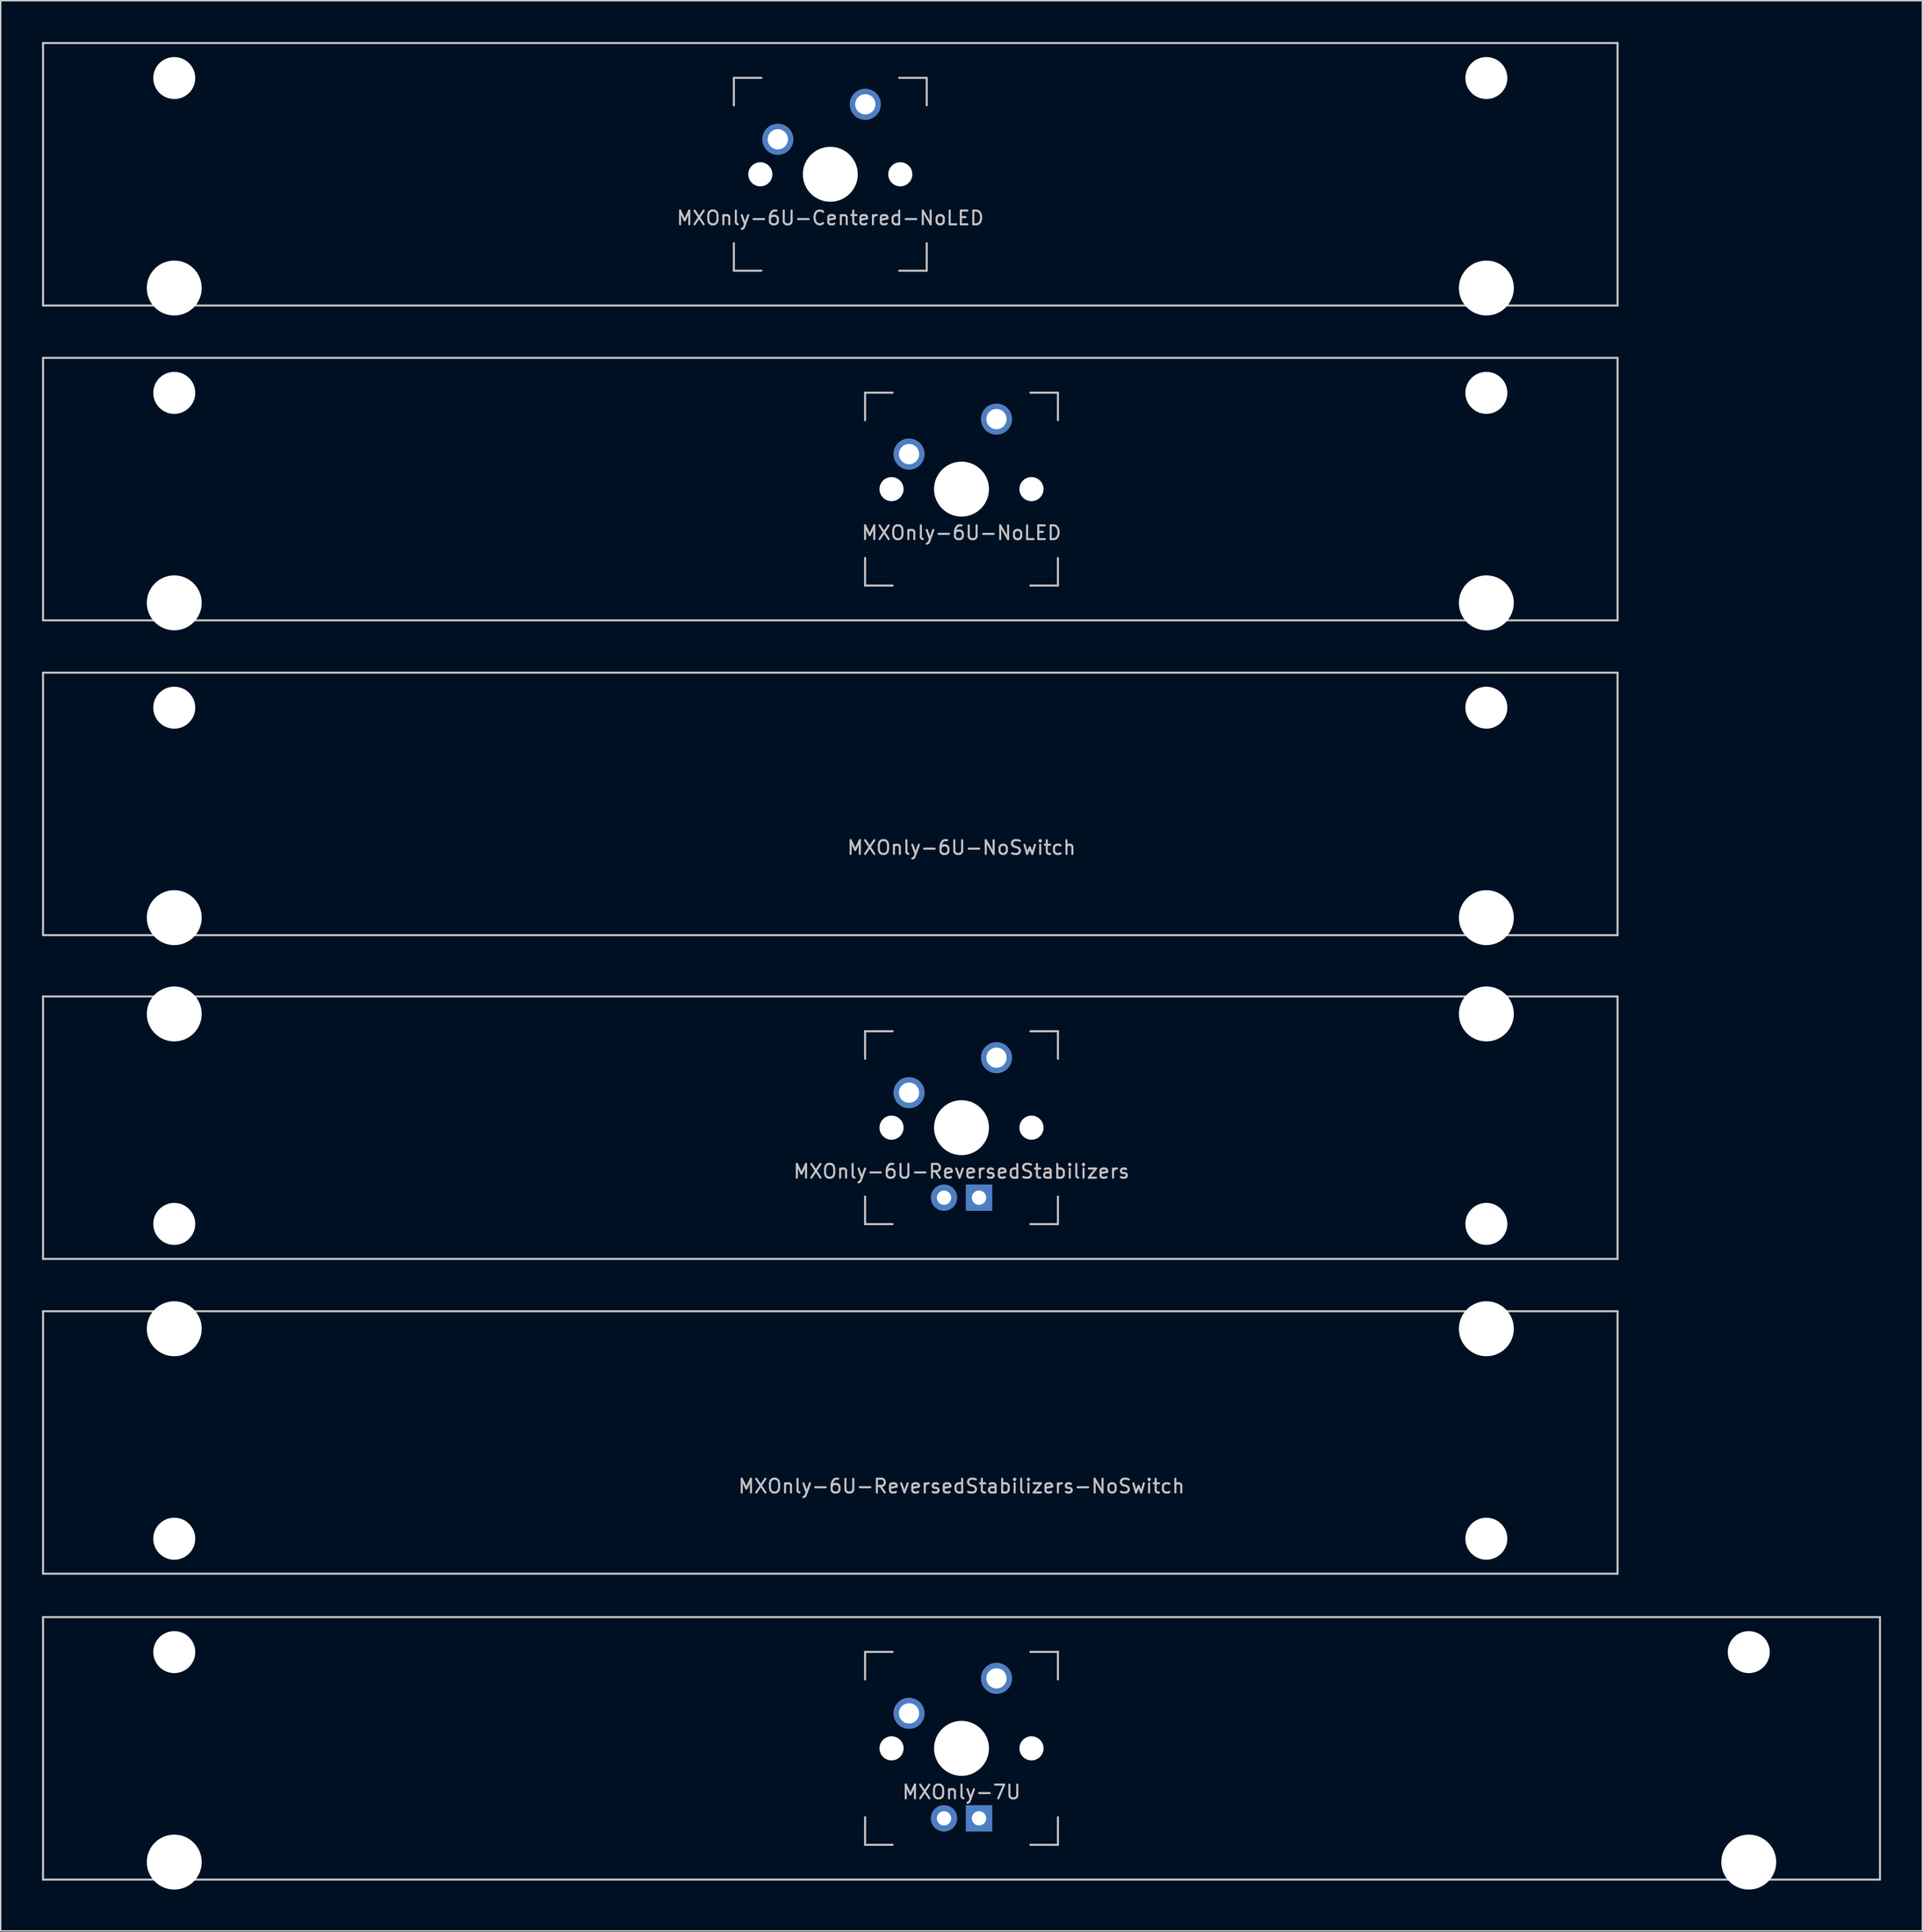
<source format=kicad_pcb>
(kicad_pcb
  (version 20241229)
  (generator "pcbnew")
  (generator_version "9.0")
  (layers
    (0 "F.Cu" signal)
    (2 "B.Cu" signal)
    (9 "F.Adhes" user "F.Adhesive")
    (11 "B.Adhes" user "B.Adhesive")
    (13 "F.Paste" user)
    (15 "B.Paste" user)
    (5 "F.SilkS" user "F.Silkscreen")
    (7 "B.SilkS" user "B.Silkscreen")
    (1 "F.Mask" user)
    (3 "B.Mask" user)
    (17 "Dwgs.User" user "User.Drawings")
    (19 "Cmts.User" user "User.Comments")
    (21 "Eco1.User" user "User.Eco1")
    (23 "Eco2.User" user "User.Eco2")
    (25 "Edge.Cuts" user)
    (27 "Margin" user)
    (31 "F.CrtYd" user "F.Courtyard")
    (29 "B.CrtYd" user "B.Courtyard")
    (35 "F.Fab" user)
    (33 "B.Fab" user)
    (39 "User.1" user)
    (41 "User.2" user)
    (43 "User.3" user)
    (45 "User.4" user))
  (footprint "MXOnly-6U-NoLED"
    (layer "F.Cu")
    (at 57.225 32.449)
    (property "Reference" "MXOnly-6U-NoLED" (at 9.525 3.175 0) (layer "Dwgs.User") (effects (font (size 1 1) (thickness 0.15))))
    (attr through_hole)
    (fp_line (start -57.15 -9.525) (end 57.15 -9.525) (stroke (width 0.15) (type solid)) (layer "Dwgs.User"))
    (fp_line (start -57.15 9.525) (end -57.15 -9.525) (stroke (width 0.15) (type solid)) (layer "Dwgs.User"))
    (fp_line (start -57.15 9.525) (end 57.15 9.525) (stroke (width 0.15) (type solid)) (layer "Dwgs.User"))
    (fp_line (start 2.525 -7) (end 2.525 -5) (stroke (width 0.15) (type solid)) (layer "Dwgs.User"))
    (fp_line (start 2.525 5) (end 2.525 7) (stroke (width 0.15) (type solid)) (layer "Dwgs.User"))
    (fp_line (start 2.525 7) (end 4.525 7) (stroke (width 0.15) (type solid)) (layer "Dwgs.User"))
    (fp_line (start 4.525 -7) (end 2.525 -7) (stroke (width 0.15) (type solid)) (layer "Dwgs.User"))
    (fp_line (start 14.525 -7) (end 16.525 -7) (stroke (width 0.15) (type solid)) (layer "Dwgs.User"))
    (fp_line (start 14.525 7) (end 16.525 7) (stroke (width 0.15) (type solid)) (layer "Dwgs.User"))
    (fp_line (start 16.525 -7) (end 16.525 -5) (stroke (width 0.15) (type solid)) (layer "Dwgs.User"))
    (fp_line (start 16.525 7) (end 16.525 5) (stroke (width 0.15) (type solid)) (layer "Dwgs.User"))
    (fp_line (start 57.15 -9.525) (end 57.15 9.525) (stroke (width 0.15) (type solid)) (layer "Dwgs.User"))
    (pad "" np_thru_hole circle (at -47.625 -6.985) (size 3.048 3.048) (drill 3.048) (layers "*.Cu" "*.Mask"))
    (pad "" np_thru_hole circle (at -47.625 8.255) (size 3.988 3.988) (drill 3.988) (layers "*.Cu" "*.Mask"))
    (pad "" np_thru_hole circle (at 4.445 0 48.1) (size 1.75 1.75) (drill 1.75) (layers "*.Cu" "*.Mask"))
    (pad "" np_thru_hole circle (at 9.525 0) (size 3.988 3.988) (drill 3.988) (layers "*.Cu" "*.Mask"))
    (pad "" np_thru_hole circle (at 14.605 0 48.1) (size 1.75 1.75) (drill 1.75) (layers "*.Cu" "*.Mask"))
    (pad "" np_thru_hole circle (at 47.625 -6.985) (size 3.048 3.048) (drill 3.048) (layers "*.Cu" "*.Mask"))
    (pad "" np_thru_hole circle (at 47.625 8.255) (size 3.988 3.988) (drill 3.988) (layers "*.Cu" "*.Mask"))
    (pad "1" thru_hole circle (at 5.715 -2.54) (size 2.25 2.25) (drill 1.47) (layers "*.Cu" "B.Mask"))
    (pad "2" thru_hole circle (at 12.065 -5.08) (size 2.25 2.25) (drill 1.47) (layers "*.Cu" "B.Mask")))
  (footprint "MXOnly-6U-NoSwitch"
    (layer "F.Cu")
    (at 57.225 55.298)
    (property "Reference" "MXOnly-6U-NoSwitch" (at 9.525 3.175 0) (layer "Dwgs.User") (effects (font (size 1 1) (thickness 0.15))))
    (attr through_hole)
    (fp_line (start -57.15 -9.525) (end 57.15 -9.525) (stroke (width 0.15) (type solid)) (layer "Dwgs.User"))
    (fp_line (start -57.15 9.525) (end -57.15 -9.525) (stroke (width 0.15) (type solid)) (layer "Dwgs.User"))
    (fp_line (start -57.15 9.525) (end 57.15 9.525) (stroke (width 0.15) (type solid)) (layer "Dwgs.User"))
    (fp_line (start 57.15 -9.525) (end 57.15 9.525) (stroke (width 0.15) (type solid)) (layer "Dwgs.User"))
    (pad "" np_thru_hole circle (at -47.625 -6.985) (size 3.048 3.048) (drill 3.048) (layers "*.Cu" "*.Mask"))
    (pad "" np_thru_hole circle (at -47.625 8.255) (size 3.988 3.988) (drill 3.988) (layers "*.Cu" "*.Mask"))
    (pad "" np_thru_hole circle (at 47.625 -6.985) (size 3.048 3.048) (drill 3.048) (layers "*.Cu" "*.Mask"))
    (pad "" np_thru_hole circle (at 47.625 8.255) (size 3.988 3.988) (drill 3.988) (layers "*.Cu" "*.Mask")))
  (footprint "MXOnly-6U-ReversedStabilizers"
    (layer "F.Cu")
    (at 57.225 78.796)
    (property "Reference" "MXOnly-6U-ReversedStabilizers" (at 9.525 3.175 0) (layer "Dwgs.User") (effects (font (size 1 1) (thickness 0.15))))
    (attr through_hole)
    (fp_line (start -57.15 -9.525) (end 57.15 -9.525) (stroke (width 0.15) (type solid)) (layer "Dwgs.User"))
    (fp_line (start -57.15 9.525) (end -57.15 -9.525) (stroke (width 0.15) (type solid)) (layer "Dwgs.User"))
    (fp_line (start -57.15 9.525) (end 57.15 9.525) (stroke (width 0.15) (type solid)) (layer "Dwgs.User"))
    (fp_line (start 2.525 -7) (end 2.525 -5) (stroke (width 0.15) (type solid)) (layer "Dwgs.User"))
    (fp_line (start 2.525 5) (end 2.525 7) (stroke (width 0.15) (type solid)) (layer "Dwgs.User"))
    (fp_line (start 2.525 7) (end 4.525 7) (stroke (width 0.15) (type solid)) (layer "Dwgs.User"))
    (fp_line (start 4.525 -7) (end 2.525 -7) (stroke (width 0.15) (type solid)) (layer "Dwgs.User"))
    (fp_line (start 14.525 -7) (end 16.525 -7) (stroke (width 0.15) (type solid)) (layer "Dwgs.User"))
    (fp_line (start 14.525 7) (end 16.525 7) (stroke (width 0.15) (type solid)) (layer "Dwgs.User"))
    (fp_line (start 16.525 -7) (end 16.525 -5) (stroke (width 0.15) (type solid)) (layer "Dwgs.User"))
    (fp_line (start 16.525 7) (end 16.525 5) (stroke (width 0.15) (type solid)) (layer "Dwgs.User"))
    (fp_line (start 57.15 -9.525) (end 57.15 9.525) (stroke (width 0.15) (type solid)) (layer "Dwgs.User"))
    (pad "" np_thru_hole circle (at -47.625 -8.255) (size 3.988 3.988) (drill 3.988) (layers "*.Cu" "*.Mask"))
    (pad "" np_thru_hole circle (at -47.625 6.985) (size 3.048 3.048) (drill 3.048) (layers "*.Cu" "*.Mask"))
    (pad "" np_thru_hole circle (at 4.445 0 48.1) (size 1.75 1.75) (drill 1.75) (layers "*.Cu" "*.Mask"))
    (pad "" np_thru_hole circle (at 9.525 0) (size 3.988 3.988) (drill 3.988) (layers "*.Cu" "*.Mask"))
    (pad "" np_thru_hole circle (at 14.605 0 48.1) (size 1.75 1.75) (drill 1.75) (layers "*.Cu" "*.Mask"))
    (pad "" np_thru_hole circle (at 47.625 -8.255) (size 3.988 3.988) (drill 3.988) (layers "*.Cu" "*.Mask"))
    (pad "" np_thru_hole circle (at 47.625 6.985) (size 3.048 3.048) (drill 3.048) (layers "*.Cu" "*.Mask"))
    (pad "1" thru_hole circle (at 5.715 -2.54) (size 2.25 2.25) (drill 1.47) (layers "*.Cu" "B.Mask"))
    (pad "2" thru_hole circle (at 12.065 -5.08) (size 2.25 2.25) (drill 1.47) (layers "*.Cu" "B.Mask"))
    (pad "3" thru_hole circle (at 8.255 5.08) (size 1.905 1.905) (drill 1.04) (layers "*.Cu" "B.Mask"))
    (pad "4" thru_hole rect (at 10.795 5.08) (size 1.905 1.905) (drill 1.04) (layers "*.Cu" "B.Mask")))
  (footprint "MXOnly-6U-Centered-NoLED"
    (layer "F.Cu")
    (at 57.225 9.6)
    (property "Reference" "MXOnly-6U-Centered-NoLED" (at 0 3.175 0) (layer "Dwgs.User") (effects (font (size 1 1) (thickness 0.15))))
    (attr through_hole)
    (fp_line (start -57.15 -9.525) (end 57.15 -9.525) (stroke (width 0.15) (type solid)) (layer "Dwgs.User"))
    (fp_line (start -57.15 9.525) (end -57.15 -9.525) (stroke (width 0.15) (type solid)) (layer "Dwgs.User"))
    (fp_line (start -57.15 9.525) (end 57.15 9.525) (stroke (width 0.15) (type solid)) (layer "Dwgs.User"))
    (fp_line (start -7 -7) (end -7 -5) (stroke (width 0.15) (type solid)) (layer "Dwgs.User"))
    (fp_line (start -7 5) (end -7 7) (stroke (width 0.15) (type solid)) (layer "Dwgs.User"))
    (fp_line (start -7 7) (end -5 7) (stroke (width 0.15) (type solid)) (layer "Dwgs.User"))
    (fp_line (start -5 -7) (end -7 -7) (stroke (width 0.15) (type solid)) (layer "Dwgs.User"))
    (fp_line (start 5 -7) (end 7 -7) (stroke (width 0.15) (type solid)) (layer "Dwgs.User"))
    (fp_line (start 5 7) (end 7 7) (stroke (width 0.15) (type solid)) (layer "Dwgs.User"))
    (fp_line (start 7 -7) (end 7 -5) (stroke (width 0.15) (type solid)) (layer "Dwgs.User"))
    (fp_line (start 7 7) (end 7 5) (stroke (width 0.15) (type solid)) (layer "Dwgs.User"))
    (fp_line (start 57.15 -9.525) (end 57.15 9.525) (stroke (width 0.15) (type solid)) (layer "Dwgs.User"))
    (pad "" np_thru_hole circle (at -47.625 -6.985) (size 3.048 3.048) (drill 3.048) (layers "*.Cu" "*.Mask"))
    (pad "" np_thru_hole circle (at -47.625 8.255) (size 3.988 3.988) (drill 3.988) (layers "*.Cu" "*.Mask"))
    (pad "" np_thru_hole circle (at -5.08 0 48.1) (size 1.75 1.75) (drill 1.75) (layers "*.Cu" "*.Mask"))
    (pad "" np_thru_hole circle (at 0 0) (size 3.988 3.988) (drill 3.988) (layers "*.Cu" "*.Mask"))
    (pad "" np_thru_hole circle (at 5.08 0 48.1) (size 1.75 1.75) (drill 1.75) (layers "*.Cu" "*.Mask"))
    (pad "" np_thru_hole circle (at 47.625 -6.985) (size 3.048 3.048) (drill 3.048) (layers "*.Cu" "*.Mask"))
    (pad "" np_thru_hole circle (at 47.625 8.255) (size 3.988 3.988) (drill 3.988) (layers "*.Cu" "*.Mask"))
    (pad "1" thru_hole circle (at -3.81 -2.54) (size 2.25 2.25) (drill 1.47) (layers "*.Cu" "B.Mask"))
    (pad "2" thru_hole circle (at 2.54 -5.08) (size 2.25 2.25) (drill 1.47) (layers "*.Cu" "B.Mask")))
  (footprint "MXOnly-7U"
    (layer "F.Cu")
    (at 66.75 123.844)
    (property "Reference" "MXOnly-7U" (at 0 3.175 0) (layer "Dwgs.User") (effects (font (size 1 1) (thickness 0.15))))
    (attr through_hole)
    (fp_line (start -66.675 -9.525) (end 66.675 -9.525) (stroke (width 0.15) (type solid)) (layer "Dwgs.User"))
    (fp_line (start -66.675 9.525) (end -66.675 -9.525) (stroke (width 0.15) (type solid)) (layer "Dwgs.User"))
    (fp_line (start -66.675 9.525) (end 66.675 9.525) (stroke (width 0.15) (type solid)) (layer "Dwgs.User"))
    (fp_line (start -7 -7) (end -7 -5) (stroke (width 0.15) (type solid)) (layer "Dwgs.User"))
    (fp_line (start -7 5) (end -7 7) (stroke (width 0.15) (type solid)) (layer "Dwgs.User"))
    (fp_line (start -7 7) (end -5 7) (stroke (width 0.15) (type solid)) (layer "Dwgs.User"))
    (fp_line (start -5 -7) (end -7 -7) (stroke (width 0.15) (type solid)) (layer "Dwgs.User"))
    (fp_line (start 5 -7) (end 7 -7) (stroke (width 0.15) (type solid)) (layer "Dwgs.User"))
    (fp_line (start 5 7) (end 7 7) (stroke (width 0.15) (type solid)) (layer "Dwgs.User"))
    (fp_line (start 7 -7) (end 7 -5) (stroke (width 0.15) (type solid)) (layer "Dwgs.User"))
    (fp_line (start 7 7) (end 7 5) (stroke (width 0.15) (type solid)) (layer "Dwgs.User"))
    (fp_line (start 66.675 -9.525) (end 66.675 9.525) (stroke (width 0.15) (type solid)) (layer "Dwgs.User"))
    (pad "" np_thru_hole circle (at -57.15 -6.985) (size 3.048 3.048) (drill 3.048) (layers "*.Cu" "*.Mask"))
    (pad "" np_thru_hole circle (at -57.15 8.255) (size 3.988 3.988) (drill 3.988) (layers "*.Cu" "*.Mask"))
    (pad "" np_thru_hole circle (at -5.08 0 48.1) (size 1.75 1.75) (drill 1.75) (layers "*.Cu" "*.Mask"))
    (pad "" np_thru_hole circle (at 0 0) (size 3.988 3.988) (drill 3.988) (layers "*.Cu" "*.Mask"))
    (pad "" np_thru_hole circle (at 5.08 0 48.1) (size 1.75 1.75) (drill 1.75) (layers "*.Cu" "*.Mask"))
    (pad "" np_thru_hole circle (at 57.15 -6.985) (size 3.048 3.048) (drill 3.048) (layers "*.Cu" "*.Mask"))
    (pad "" np_thru_hole circle (at 57.15 8.255) (size 3.988 3.988) (drill 3.988) (layers "*.Cu" "*.Mask"))
    (pad "1" thru_hole circle (at -3.81 -2.54) (size 2.25 2.25) (drill 1.47) (layers "*.Cu" "B.Mask"))
    (pad "2" thru_hole circle (at 2.54 -5.08) (size 2.25 2.25) (drill 1.47) (layers "*.Cu" "B.Mask"))
    (pad "3" thru_hole circle (at -1.27 5.08) (size 1.905 1.905) (drill 1.04) (layers "*.Cu" "B.Mask"))
    (pad "4" thru_hole rect (at 1.27 5.08) (size 1.905 1.905) (drill 1.04) (layers "*.Cu" "B.Mask")))
  (footprint "MXOnly-6U-ReversedStabilizers-NoSwitch"
    (layer "F.Cu")
    (at 57.225 101.644)
    (property "Reference" "MXOnly-6U-ReversedStabilizers-NoSwitch" (at 9.525 3.175 0) (layer "Dwgs.User") (effects (font (size 1 1) (thickness 0.15))))
    (attr through_hole)
    (fp_line (start -57.15 -9.525) (end 57.15 -9.525) (stroke (width 0.15) (type solid)) (layer "Dwgs.User"))
    (fp_line (start -57.15 9.525) (end -57.15 -9.525) (stroke (width 0.15) (type solid)) (layer "Dwgs.User"))
    (fp_line (start -57.15 9.525) (end 57.15 9.525) (stroke (width 0.15) (type solid)) (layer "Dwgs.User"))
    (fp_line (start 57.15 -9.525) (end 57.15 9.525) (stroke (width 0.15) (type solid)) (layer "Dwgs.User"))
    (pad "" np_thru_hole circle (at -47.625 -8.255) (size 3.988 3.988) (drill 3.988) (layers "*.Cu" "*.Mask"))
    (pad "" np_thru_hole circle (at -47.625 6.985) (size 3.048 3.048) (drill 3.048) (layers "*.Cu" "*.Mask"))
    (pad "" np_thru_hole circle (at 47.625 -8.255) (size 3.988 3.988) (drill 3.988) (layers "*.Cu" "*.Mask"))
    (pad "" np_thru_hole circle (at 47.625 6.985) (size 3.048 3.048) (drill 3.048) (layers "*.Cu" "*.Mask")))
  (gr_rect
    (start -3 -3)
    (end 136.5 137.093)
    (stroke (width 0.1) (type default))
    (fill no)
    (layer "Edge.Cuts")))
</source>
